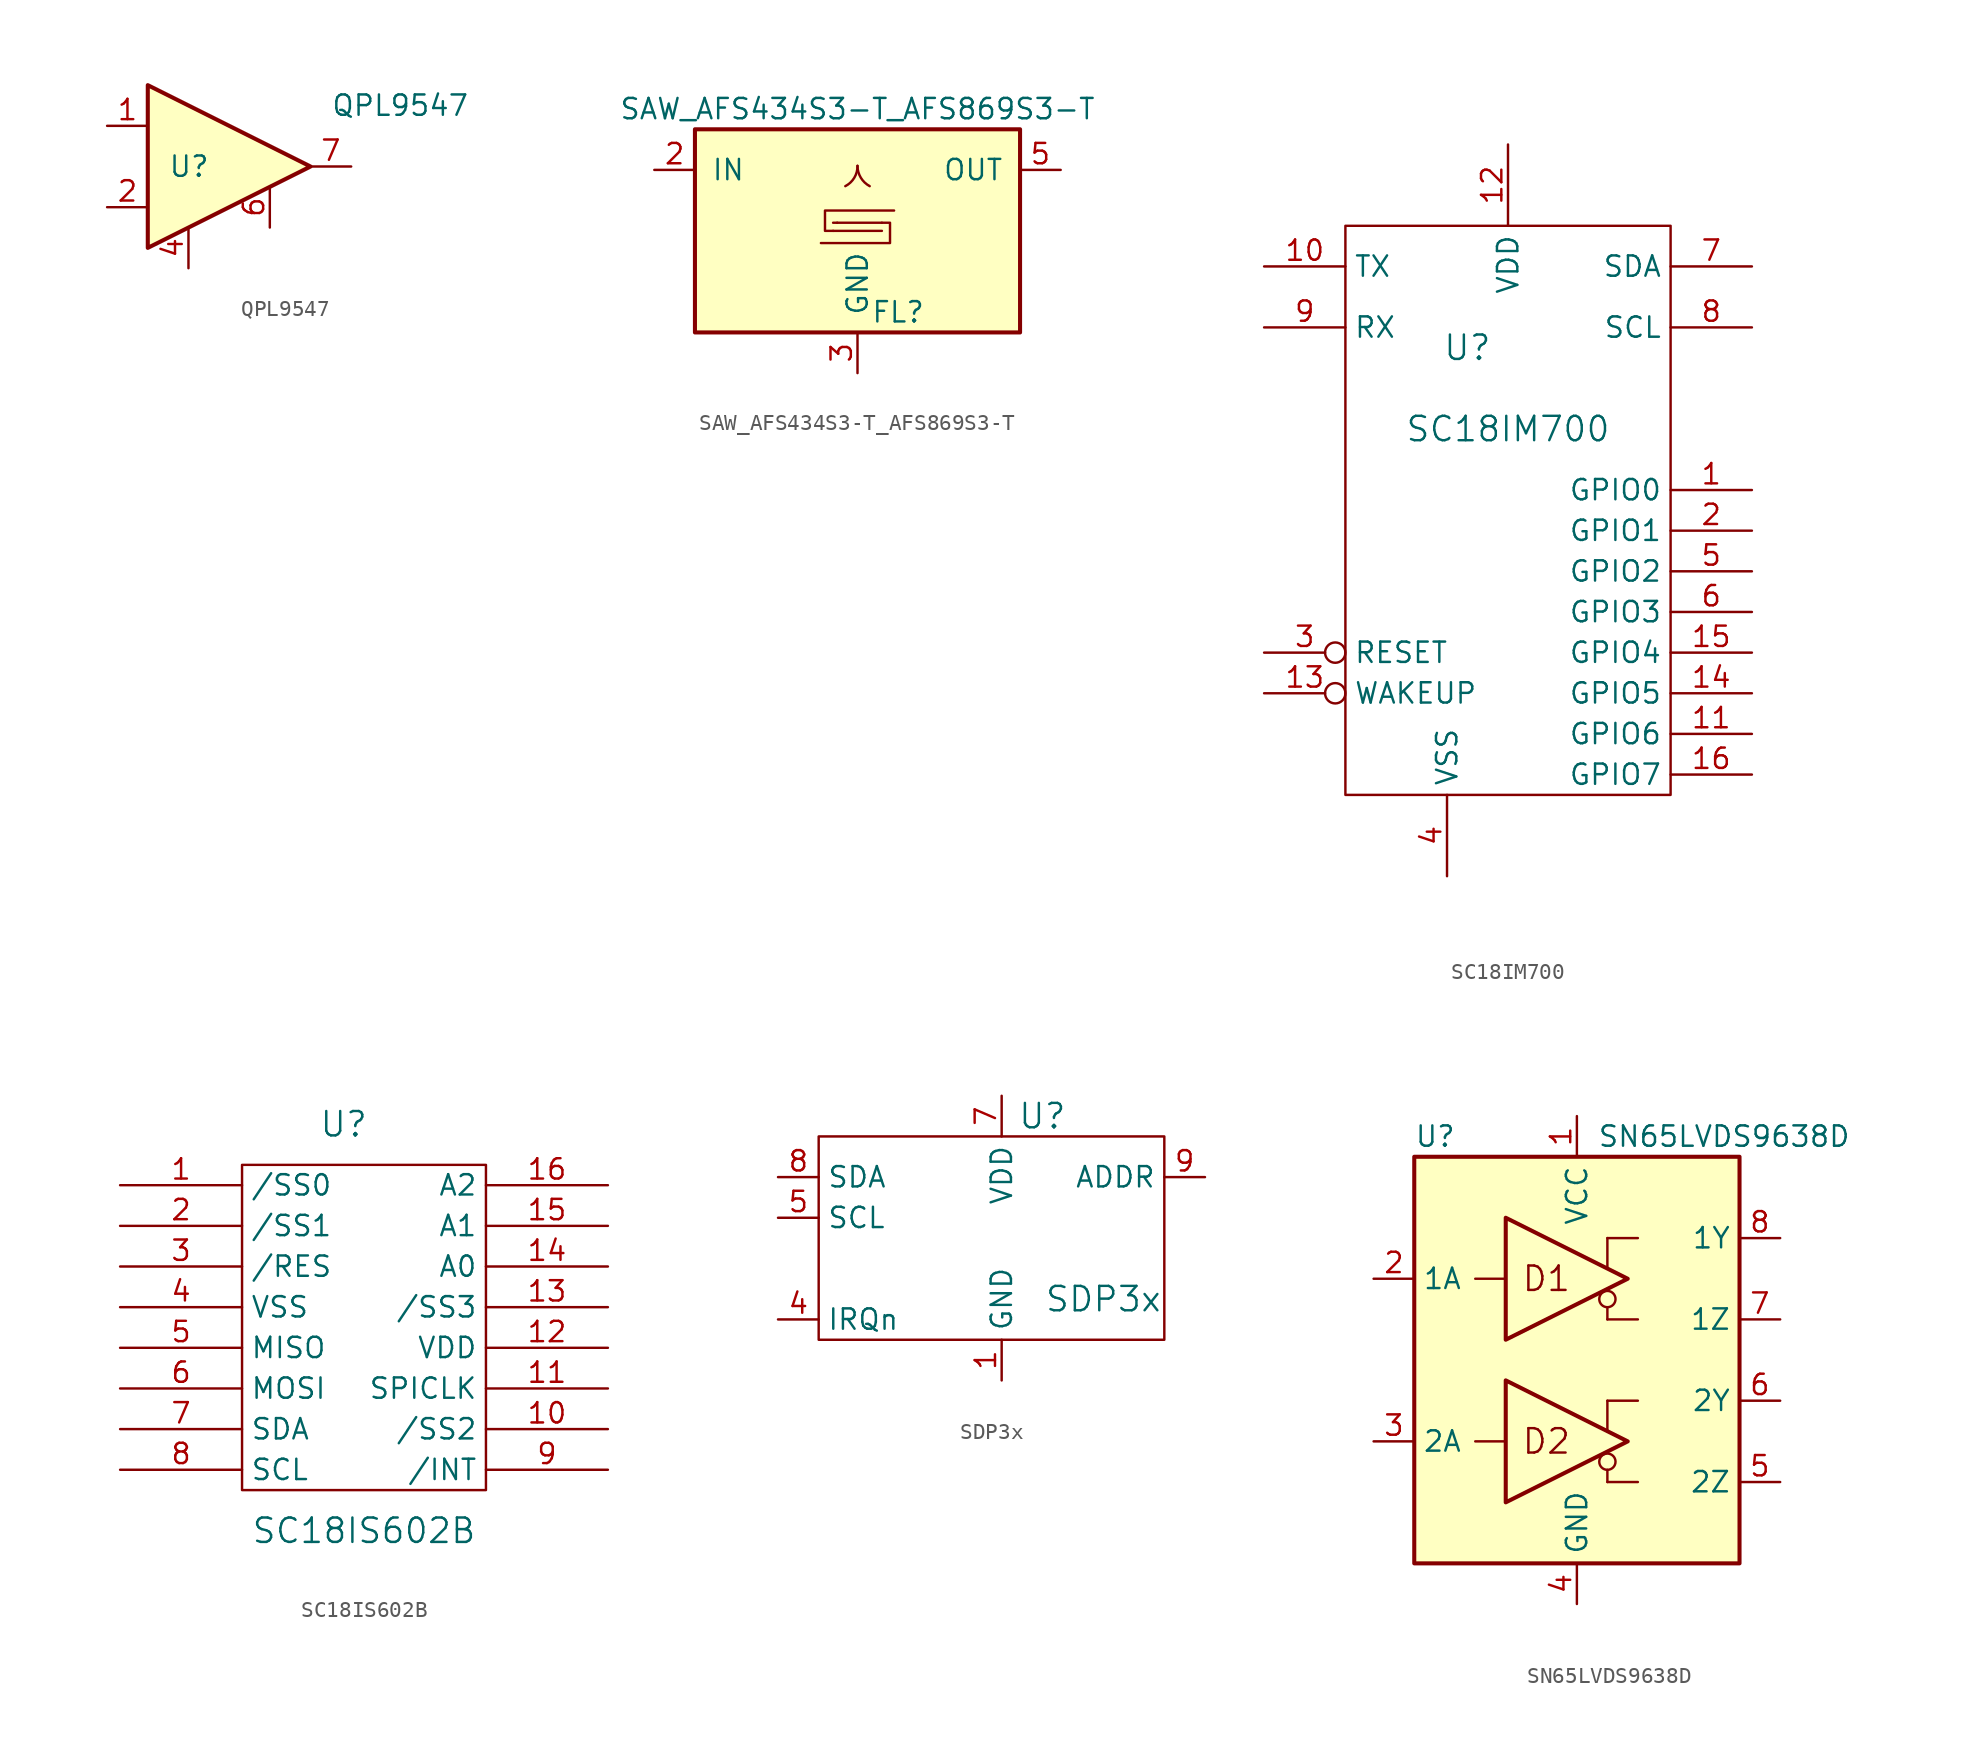
<source format=kicad_sym>
(kicad_symbol_lib
  (version 20220914)
  (generator kicad_symbol_editor)
  (symbol "QPL9547"
    (pin_names
      (offset 0.127))
    (property "Reference" "U"
      (at -3.81 0 0)
      (effects (font (size 1.27 1.27)) (justify left)))
    (property "Value" "QPL9547"
      (at 6.35 3.81 0)
      (effects (font (size 1.27 1.27)) (justify left)))
    (symbol "QPL9547_0_1"
      (polyline (pts (xy -5.08 5.08) (xy 5.08 0) (xy -5.08 -5.08) (xy -5.08 5.08)) (stroke (width 0.254) (type default)) (fill (type background))))
    (symbol "QPL9547_1_1"
      (pin unspecified line (at -7.62 2.54 0) (length 2.54) (name "" (effects (font (size 1.27 1.27)))) (number "1" (effects (font (size 1.27 1.27)))))
      (pin unspecified line (at -7.62 -2.54 0) (length 2.54) (name "" (effects (font (size 1.27 1.27)))) (number "2" (effects (font (size 1.27 1.27)))))
      (pin unspecified line (at -2.54 -6.35 90) (length 2.54) hide (name "" (effects (font (size 1.27 1.27)))) (number "3" (effects (font (size 1.27 1.27)))))
      (pin unspecified line (at -2.54 -6.35 90) (length 2.54) (name "" (effects (font (size 1.27 1.27)))) (number "4" (effects (font (size 1.27 1.27)))))
      (pin unspecified line (at -2.54 -6.35 90) (length 2.54) hide (name "" (effects (font (size 1.27 1.27)))) (number "5" (effects (font (size 1.27 1.27)))))
      (pin unspecified line (at 2.54 -3.81 90) (length 2.54) (name "" (effects (font (size 1.27 1.27)))) (number "6" (effects (font (size 1.27 1.27)))))
      (pin unspecified line (at 7.62 0 180) (length 2.54) (name "" (effects (font (size 1.27 1.27)))) (number "7" (effects (font (size 1.27 1.27)))))
      (pin unspecified line (at -2.54 -6.35 90) (length 2.54) hide (name "" (effects (font (size 1.27 1.27)))) (number "8" (effects (font (size 1.27 1.27)))))
      (pin unspecified line (at -2.54 -6.35 90) (length 2.54) hide (name "" (effects (font (size 1.27 1.27)))) (number "9" (effects (font (size 1.27 1.27)))))))
  (symbol "SAW_AFS434S3-T_AFS869S3-T"
    (pin_names
      (offset 1.016))
    (property "Reference" "FL"
      (at 2.54 -6.35 0)
      (effects (font (size 1.27 1.27))))
    (property "Value" "SAW_AFS434S3-T_AFS869S3-T"
      (at 0 6.35 0)
      (effects (font (size 1.27 1.27))))
    (symbol "SAW_AFS434S3-T_AFS869S3-T_0_1"
      (rectangle (start -10.16 5.08) (end 10.16 -7.62) (stroke (width 0.254) (type default)) (fill (type background)))
      (arc (start -0.762 1.524) (mid -0.1995 2.0501) (end 0 2.794) (stroke (width 0) (type default)) (fill (type none)))
      (polyline (pts (xy -1.524 -0.762) (xy -1.27 -0.762)) (stroke (width 0) (type default)) (fill (type none)))
      (polyline (pts (xy 1.524 -1.27) (xy -1.524 -1.27)) (stroke (width 0) (type default)) (fill (type none)))
      (polyline (pts (xy 1.524 -0.762) (xy -1.27 -0.762)) (stroke (width 0) (type default)) (fill (type none)))
      (polyline (pts (xy -1.524 -1.27) (xy -2.032 -1.27) (xy -2.032 0) (xy 2.286 0)) (stroke (width 0) (type default)) (fill (type none)))
      (polyline (pts (xy 1.524 -0.762) (xy 2.032 -0.762) (xy 2.032 -2.032) (xy -2.286 -2.032)) (stroke (width 0) (type default)) (fill (type none)))
      (arc (start 0 2.794) (mid 0.2072 2.0547) (end 0.762 1.524) (stroke (width 0) (type default)) (fill (type none))))
    (symbol "SAW_AFS434S3-T_AFS869S3-T_1_1"
      (pin passive line (at 0 -10.16 90) (length 2.54) hide (name "GND" (effects (font (size 1.27 1.27)))) (number "1" (effects (font (size 1.27 1.27)))))
      (pin passive line (at -12.7 2.54 0) (length 2.54) (name "IN" (effects (font (size 1.27 1.27)))) (number "2" (effects (font (size 1.27 1.27)))))
      (pin passive line (at 0 -10.16 90) (length 2.54) (name "GND" (effects (font (size 1.27 1.27)))) (number "3" (effects (font (size 1.27 1.27)))))
      (pin passive line (at 0 -10.16 90) (length 2.54) hide (name "GND" (effects (font (size 1.27 1.27)))) (number "4" (effects (font (size 1.27 1.27)))))
      (pin passive line (at 12.7 2.54 180) (length 2.54) (name "OUT" (effects (font (size 1.27 1.27)))) (number "5" (effects (font (size 1.27 1.27)))))
      (pin passive line (at 0 -10.16 90) (length 2.54) hide (name "GND" (effects (font (size 1.27 1.27)))) (number "6" (effects (font (size 1.27 1.27)))))))
  (symbol "SC18IM700"
    (property "Reference" "U"
      (at -1.27 10.16 0)
      (effects (font (size 1.524 1.524))))
    (property "Value" "SC18IM700"
      (at 1.27 5.08 0)
      (effects (font (size 1.524 1.524))))
    (property "Footprint" ""
      (at 5.08 -1.27 0)
      (effects (font (size 1.524 1.524))))
    (property "Datasheet" ""
      (at 5.08 -1.27 0)
      (effects (font (size 1.524 1.524))))
    (symbol "SC18IM700_0_1"
      (rectangle (start -8.89 17.78) (end 11.43 -17.78) (stroke (width 0) (type default)) (fill (type none))))
    (symbol "SC18IM700_1_1"
      (pin input line (at 16.51 1.27 180) (length 5.08) (name "GPIO0" (effects (font (size 1.27 1.27)))) (number "1" (effects (font (size 1.27 1.27)))))
      (pin input line (at -13.97 15.24 0) (length 5.08) (name "TX" (effects (font (size 1.27 1.27)))) (number "10" (effects (font (size 1.27 1.27)))))
      (pin input line (at 16.51 -13.97 180) (length 5.08) (name "GPIO6" (effects (font (size 1.27 1.27)))) (number "11" (effects (font (size 1.27 1.27)))))
      (pin input line (at 1.27 22.86 270) (length 5.08) (name "VDD" (effects (font (size 1.27 1.27)))) (number "12" (effects (font (size 1.27 1.27)))))
      (pin input inverted (at -13.97 -11.43 0) (length 5.08) (name "WAKEUP" (effects (font (size 1.27 1.27)))) (number "13" (effects (font (size 1.27 1.27)))))
      (pin input line (at 16.51 -11.43 180) (length 5.08) (name "GPIO5" (effects (font (size 1.27 1.27)))) (number "14" (effects (font (size 1.27 1.27)))))
      (pin input line (at 16.51 -8.89 180) (length 5.08) (name "GPIO4" (effects (font (size 1.27 1.27)))) (number "15" (effects (font (size 1.27 1.27)))))
      (pin input line (at 16.51 -16.51 180) (length 5.08) (name "GPIO7" (effects (font (size 1.27 1.27)))) (number "16" (effects (font (size 1.27 1.27)))))
      (pin input line (at 16.51 -1.27 180) (length 5.08) (name "GPIO1" (effects (font (size 1.27 1.27)))) (number "2" (effects (font (size 1.27 1.27)))))
      (pin input inverted (at -13.97 -8.89 0) (length 5.08) (name "RESET" (effects (font (size 1.27 1.27)))) (number "3" (effects (font (size 1.27 1.27)))))
      (pin input line (at -2.54 -22.86 90) (length 5.08) (name "VSS" (effects (font (size 1.27 1.27)))) (number "4" (effects (font (size 1.27 1.27)))))
      (pin input line (at 16.51 -3.81 180) (length 5.08) (name "GPIO2" (effects (font (size 1.27 1.27)))) (number "5" (effects (font (size 1.27 1.27)))))
      (pin input line (at 16.51 -6.35 180) (length 5.08) (name "GPIO3" (effects (font (size 1.27 1.27)))) (number "6" (effects (font (size 1.27 1.27)))))
      (pin input line (at 16.51 15.24 180) (length 5.08) (name "SDA" (effects (font (size 1.27 1.27)))) (number "7" (effects (font (size 1.27 1.27)))))
      (pin input line (at 16.51 11.43 180) (length 5.08) (name "SCL" (effects (font (size 1.27 1.27)))) (number "8" (effects (font (size 1.27 1.27)))))
      (pin input line (at -13.97 11.43 0) (length 5.08) (name "RX" (effects (font (size 1.27 1.27)))) (number "9" (effects (font (size 1.27 1.27)))))))
  (symbol "SC18IS602B"
    (property "Reference" "U"
      (at -1.27 12.7 0)
      (effects (font (size 1.524 1.524))))
    (property "Value" "SC18IS602B"
      (at 0 -12.7 0)
      (effects (font (size 1.524 1.524))))
    (property "Footprint" ""
      (at -1.27 12.7 0)
      (effects (font (size 1.524 1.524))))
    (property "Datasheet" ""
      (at -1.27 12.7 0)
      (effects (font (size 1.524 1.524))))
    (symbol "SC18IS602B_0_1"
      (rectangle (start -7.62 10.16) (end 7.62 -10.16) (stroke (width 0) (type default)) (fill (type none))))
    (symbol "SC18IS602B_1_1"
      (pin bidirectional line (at -15.24 8.89 0) (length 7.62) (name "/SS0" (effects (font (size 1.27 1.27)))) (number "1" (effects (font (size 1.27 1.27)))))
      (pin bidirectional line (at 15.24 -6.35 180) (length 7.62) (name "/SS2" (effects (font (size 1.27 1.27)))) (number "10" (effects (font (size 1.27 1.27)))))
      (pin bidirectional line (at 15.24 -3.81 180) (length 7.62) (name "SPICLK" (effects (font (size 1.27 1.27)))) (number "11" (effects (font (size 1.27 1.27)))))
      (pin power_in line (at 15.24 -1.27 180) (length 7.62) (name "VDD" (effects (font (size 1.27 1.27)))) (number "12" (effects (font (size 1.27 1.27)))))
      (pin bidirectional line (at 15.24 1.27 180) (length 7.62) (name "/SS3" (effects (font (size 1.27 1.27)))) (number "13" (effects (font (size 1.27 1.27)))))
      (pin bidirectional line (at 15.24 3.81 180) (length 7.62) (name "A0" (effects (font (size 1.27 1.27)))) (number "14" (effects (font (size 1.27 1.27)))))
      (pin bidirectional line (at 15.24 6.35 180) (length 7.62) (name "A1" (effects (font (size 1.27 1.27)))) (number "15" (effects (font (size 1.27 1.27)))))
      (pin bidirectional line (at 15.24 8.89 180) (length 7.62) (name "A2" (effects (font (size 1.27 1.27)))) (number "16" (effects (font (size 1.27 1.27)))))
      (pin bidirectional line (at -15.24 6.35 0) (length 7.62) (name "/SS1" (effects (font (size 1.27 1.27)))) (number "2" (effects (font (size 1.27 1.27)))))
      (pin bidirectional line (at -15.24 3.81 0) (length 7.62) (name "/RES" (effects (font (size 1.27 1.27)))) (number "3" (effects (font (size 1.27 1.27)))))
      (pin unspecified line (at -15.24 1.27 0) (length 7.62) (name "VSS" (effects (font (size 1.27 1.27)))) (number "4" (effects (font (size 1.27 1.27)))))
      (pin bidirectional line (at -15.24 -1.27 0) (length 7.62) (name "MISO" (effects (font (size 1.27 1.27)))) (number "5" (effects (font (size 1.27 1.27)))))
      (pin bidirectional line (at -15.24 -3.81 0) (length 7.62) (name "MOSI" (effects (font (size 1.27 1.27)))) (number "6" (effects (font (size 1.27 1.27)))))
      (pin bidirectional line (at -15.24 -6.35 0) (length 7.62) (name "SDA" (effects (font (size 1.27 1.27)))) (number "7" (effects (font (size 1.27 1.27)))))
      (pin bidirectional line (at -15.24 -8.89 0) (length 7.62) (name "SCL" (effects (font (size 1.27 1.27)))) (number "8" (effects (font (size 1.27 1.27)))))
      (pin output line (at 15.24 -8.89 180) (length 7.62) (name "/INT" (effects (font (size 1.27 1.27)))) (number "9" (effects (font (size 1.27 1.27)))))))
  (symbol "SDP3x"
    (property "Reference" "U"
      (at 2.54 11.43 0)
      (effects (font (size 1.524 1.524))))
    (property "Value" "SDP3x"
      (at 6.35 0 0)
      (effects (font (size 1.524 1.524))))
    (symbol "SDP3x_0_1"
      (rectangle (start -11.43 10.16) (end 10.16 -2.54) (stroke (width 0) (type default)) (fill (type none))))
    (symbol "SDP3x_1_1"
      (pin unspecified line (at 0 -5.08 90) (length 2.54) (name "GND" (effects (font (size 1.27 1.27)))) (number "1" (effects (font (size 1.27 1.27)))))
      (pin unspecified line (at 0 -5.08 90) (length 2.54) hide (name "GND" (effects (font (size 1.27 1.27)))) (number "10" (effects (font (size 1.27 1.27)))))
      (pin unspecified line (at 0 -5.08 90) (length 2.54) hide (name "GND" (effects (font (size 1.27 1.27)))) (number "11" (effects (font (size 1.27 1.27)))))
      (pin unspecified line (at 0 -5.08 90) (length 2.54) hide (name "GND" (effects (font (size 1.27 1.27)))) (number "17" (effects (font (size 1.27 1.27)))))
      (pin unspecified line (at 0 -5.08 90) (length 2.54) hide (name "GND" (effects (font (size 1.27 1.27)))) (number "18" (effects (font (size 1.27 1.27)))))
      (pin unspecified line (at 0 -5.08 90) (length 2.54) hide (name "GND" (effects (font (size 1.27 1.27)))) (number "2" (effects (font (size 1.27 1.27)))))
      (pin unspecified line (at 0 -5.08 90) (length 2.54) hide (name "GND" (effects (font (size 1.27 1.27)))) (number "3" (effects (font (size 1.27 1.27)))))
      (pin unspecified line (at -13.97 -1.27 0) (length 2.54) (name "IRQn" (effects (font (size 1.27 1.27)))) (number "4" (effects (font (size 1.27 1.27)))))
      (pin unspecified line (at -13.97 5.08 0) (length 2.54) (name "SCL" (effects (font (size 1.27 1.27)))) (number "5" (effects (font (size 1.27 1.27)))))
      (pin unspecified line (at 0 -5.08 90) (length 2.54) hide (name "GND" (effects (font (size 1.27 1.27)))) (number "6" (effects (font (size 1.27 1.27)))))
      (pin unspecified line (at 0 12.7 270) (length 2.54) (name "VDD" (effects (font (size 1.27 1.27)))) (number "7" (effects (font (size 1.27 1.27)))))
      (pin unspecified line (at -13.97 7.62 0) (length 2.54) (name "SDA" (effects (font (size 1.27 1.27)))) (number "8" (effects (font (size 1.27 1.27)))))
      (pin unspecified line (at 12.7 7.62 180) (length 2.54) (name "ADDR" (effects (font (size 1.27 1.27)))) (number "9" (effects (font (size 1.27 1.27)))))))
  (symbol "SN65LVDS9638D"
    (property "Reference" "U"
      (at -10.16 13.97 0)
      (effects (font (size 1.27 1.27)) (justify left)))
    (property "Value" "SN65LVDS9638D"
      (at 1.27 13.97 0)
      (effects (font (size 1.27 1.27)) (justify left)))
    (symbol "SN65LVDS9638D_1_0"
      (rectangle (start -10.16 12.7) (end 10.16 -12.7) (stroke (width 0.254) (type default)) (fill (type background)))
      (polyline (pts (xy 1.905 -6.858) (xy 1.905 -7.62)) (stroke (width 0) (type default)) (fill (type none)))
      (polyline (pts (xy 1.905 -4.445) (xy 1.905 -2.54)) (stroke (width 0) (type default)) (fill (type none)))
      (polyline (pts (xy 1.905 3.302) (xy 1.905 2.54)) (stroke (width 0) (type default)) (fill (type none)))
      (polyline (pts (xy 1.905 5.715) (xy 1.905 7.62)) (stroke (width 0) (type default)) (fill (type none)))
      (circle (center 1.905 -6.35) (radius 0.508) (stroke (width 0) (type default)) (fill (type none)))
      (circle (center 1.905 3.81) (radius 0.508) (stroke (width 0) (type default)) (fill (type none)))
      (text "D1" (at -1.905 5.08 0) (effects (font (size 1.524 1.524))))
      (text "D2" (at -1.905 -5.08 0) (effects (font (size 1.524 1.524)))))
    (symbol "SN65LVDS9638D_1_1"
      (polyline (pts (xy -6.35 -5.08) (xy -4.445 -5.08)) (stroke (width 0) (type default)) (fill (type none)))
      (polyline (pts (xy -6.35 5.08) (xy -4.445 5.08)) (stroke (width 0) (type default)) (fill (type none)))
      (polyline (pts (xy 1.905 -7.62) (xy 3.81 -7.62)) (stroke (width 0) (type default)) (fill (type none)))
      (polyline (pts (xy 1.905 2.54) (xy 3.81 2.54)) (stroke (width 0) (type default)) (fill (type none)))
      (polyline (pts (xy 3.81 -2.54) (xy 1.905 -2.54)) (stroke (width 0) (type default)) (fill (type none)))
      (polyline (pts (xy 3.81 7.62) (xy 1.905 7.62)) (stroke (width 0) (type default)) (fill (type none)))
      (polyline (pts (xy -4.445 -8.89) (xy -4.445 -1.27) (xy 3.175 -5.08) (xy -4.445 -8.89)) (stroke (width 0.254) (type default)) (fill (type none)))
      (polyline (pts (xy -4.445 1.27) (xy -4.445 8.89) (xy 3.175 5.08) (xy -4.445 1.27)) (stroke (width 0.254) (type default)) (fill (type none)))
      (pin power_in line (at 0 15.24 270) (length 2.54) (name "VCC" (effects (font (size 1.27 1.27)))) (number "1" (effects (font (size 1.27 1.27)))))
      (pin input line (at -12.7 5.08 0) (length 2.54) (name "1A" (effects (font (size 1.27 1.27)))) (number "2" (effects (font (size 1.27 1.27)))))
      (pin input line (at -12.7 -5.08 0) (length 2.54) (name "2A" (effects (font (size 1.27 1.27)))) (number "3" (effects (font (size 1.27 1.27)))))
      (pin power_in line (at 0 -15.24 90) (length 2.54) (name "GND" (effects (font (size 1.27 1.27)))) (number "4" (effects (font (size 1.27 1.27)))))
      (pin output line (at 12.7 -7.62 180) (length 2.54) (name "2Z" (effects (font (size 1.27 1.27)))) (number "5" (effects (font (size 1.27 1.27)))))
      (pin output line (at 12.7 -2.54 180) (length 2.54) (name "2Y" (effects (font (size 1.27 1.27)))) (number "6" (effects (font (size 1.27 1.27)))))
      (pin output line (at 12.7 2.54 180) (length 2.54) (name "1Z" (effects (font (size 1.27 1.27)))) (number "7" (effects (font (size 1.27 1.27)))))
      (pin output line (at 12.7 7.62 180) (length 2.54) (name "1Y" (effects (font (size 1.27 1.27)))) (number "8" (effects (font (size 1.27 1.27))))))))
</source>
